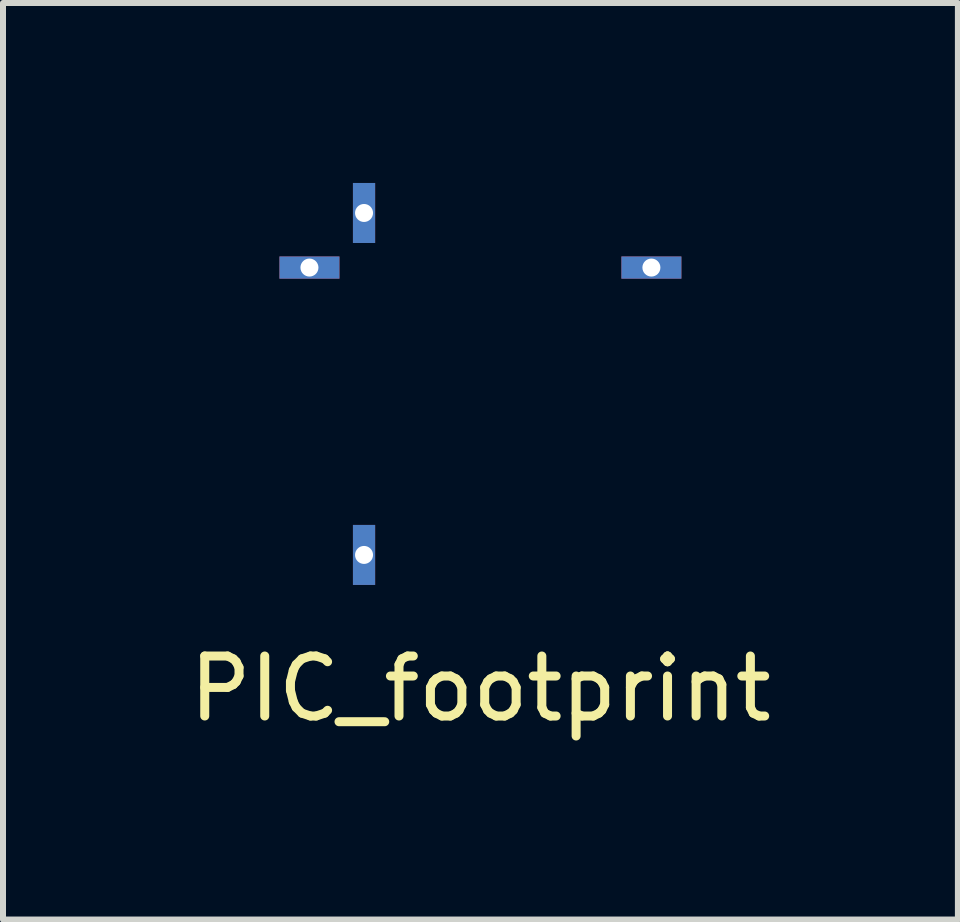
<source format=kicad_pcb>
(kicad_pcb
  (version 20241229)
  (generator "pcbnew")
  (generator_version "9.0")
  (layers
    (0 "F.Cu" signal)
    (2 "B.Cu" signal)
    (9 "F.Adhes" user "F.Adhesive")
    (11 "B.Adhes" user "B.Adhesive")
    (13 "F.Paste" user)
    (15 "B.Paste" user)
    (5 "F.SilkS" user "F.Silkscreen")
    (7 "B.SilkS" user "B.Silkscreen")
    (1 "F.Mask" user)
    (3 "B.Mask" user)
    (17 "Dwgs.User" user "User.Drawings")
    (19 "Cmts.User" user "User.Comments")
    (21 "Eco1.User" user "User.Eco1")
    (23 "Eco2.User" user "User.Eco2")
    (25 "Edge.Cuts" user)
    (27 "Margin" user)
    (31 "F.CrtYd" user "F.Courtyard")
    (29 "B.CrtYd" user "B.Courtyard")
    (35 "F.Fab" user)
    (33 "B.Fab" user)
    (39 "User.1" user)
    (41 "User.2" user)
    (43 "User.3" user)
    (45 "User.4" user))
  (footprint "PIC_footprint"
    (layer "F.Cu")
    (at 4.958 3.35)
    (property "Reference" "PIC_footprint" (at 0 5.08 0) (layer "F.SilkS") (effects (font (size 1 1) (thickness 0.15))))
    (attr through_hole)
    (pad "1" thru_hole rect (at -2.85 -1.94) (size 1 0.37) (drill 0.3) (layers "*.Cu" "*.Mask"))
    (pad "8" thru_hole rect (at -1.94 2.85) (size 0.37 1) (drill 0.3) (layers "*.Cu" "*.Mask"))
    (pad "13" thru_hole rect (at 2.85 -1.94) (size 1 0.37) (drill 0.3) (layers "*.Cu" "*.Mask"))
    (pad "28" thru_hole rect (at -1.94 -2.85) (size 0.37 1) (drill 0.3) (layers "*.Cu" "*.Mask")))
  (gr_rect
    (start -3 -3)
    (end 12.917 12.278)
    (stroke (width 0.1) (type default))
    (fill no)
    (layer "Edge.Cuts")))
</source>
